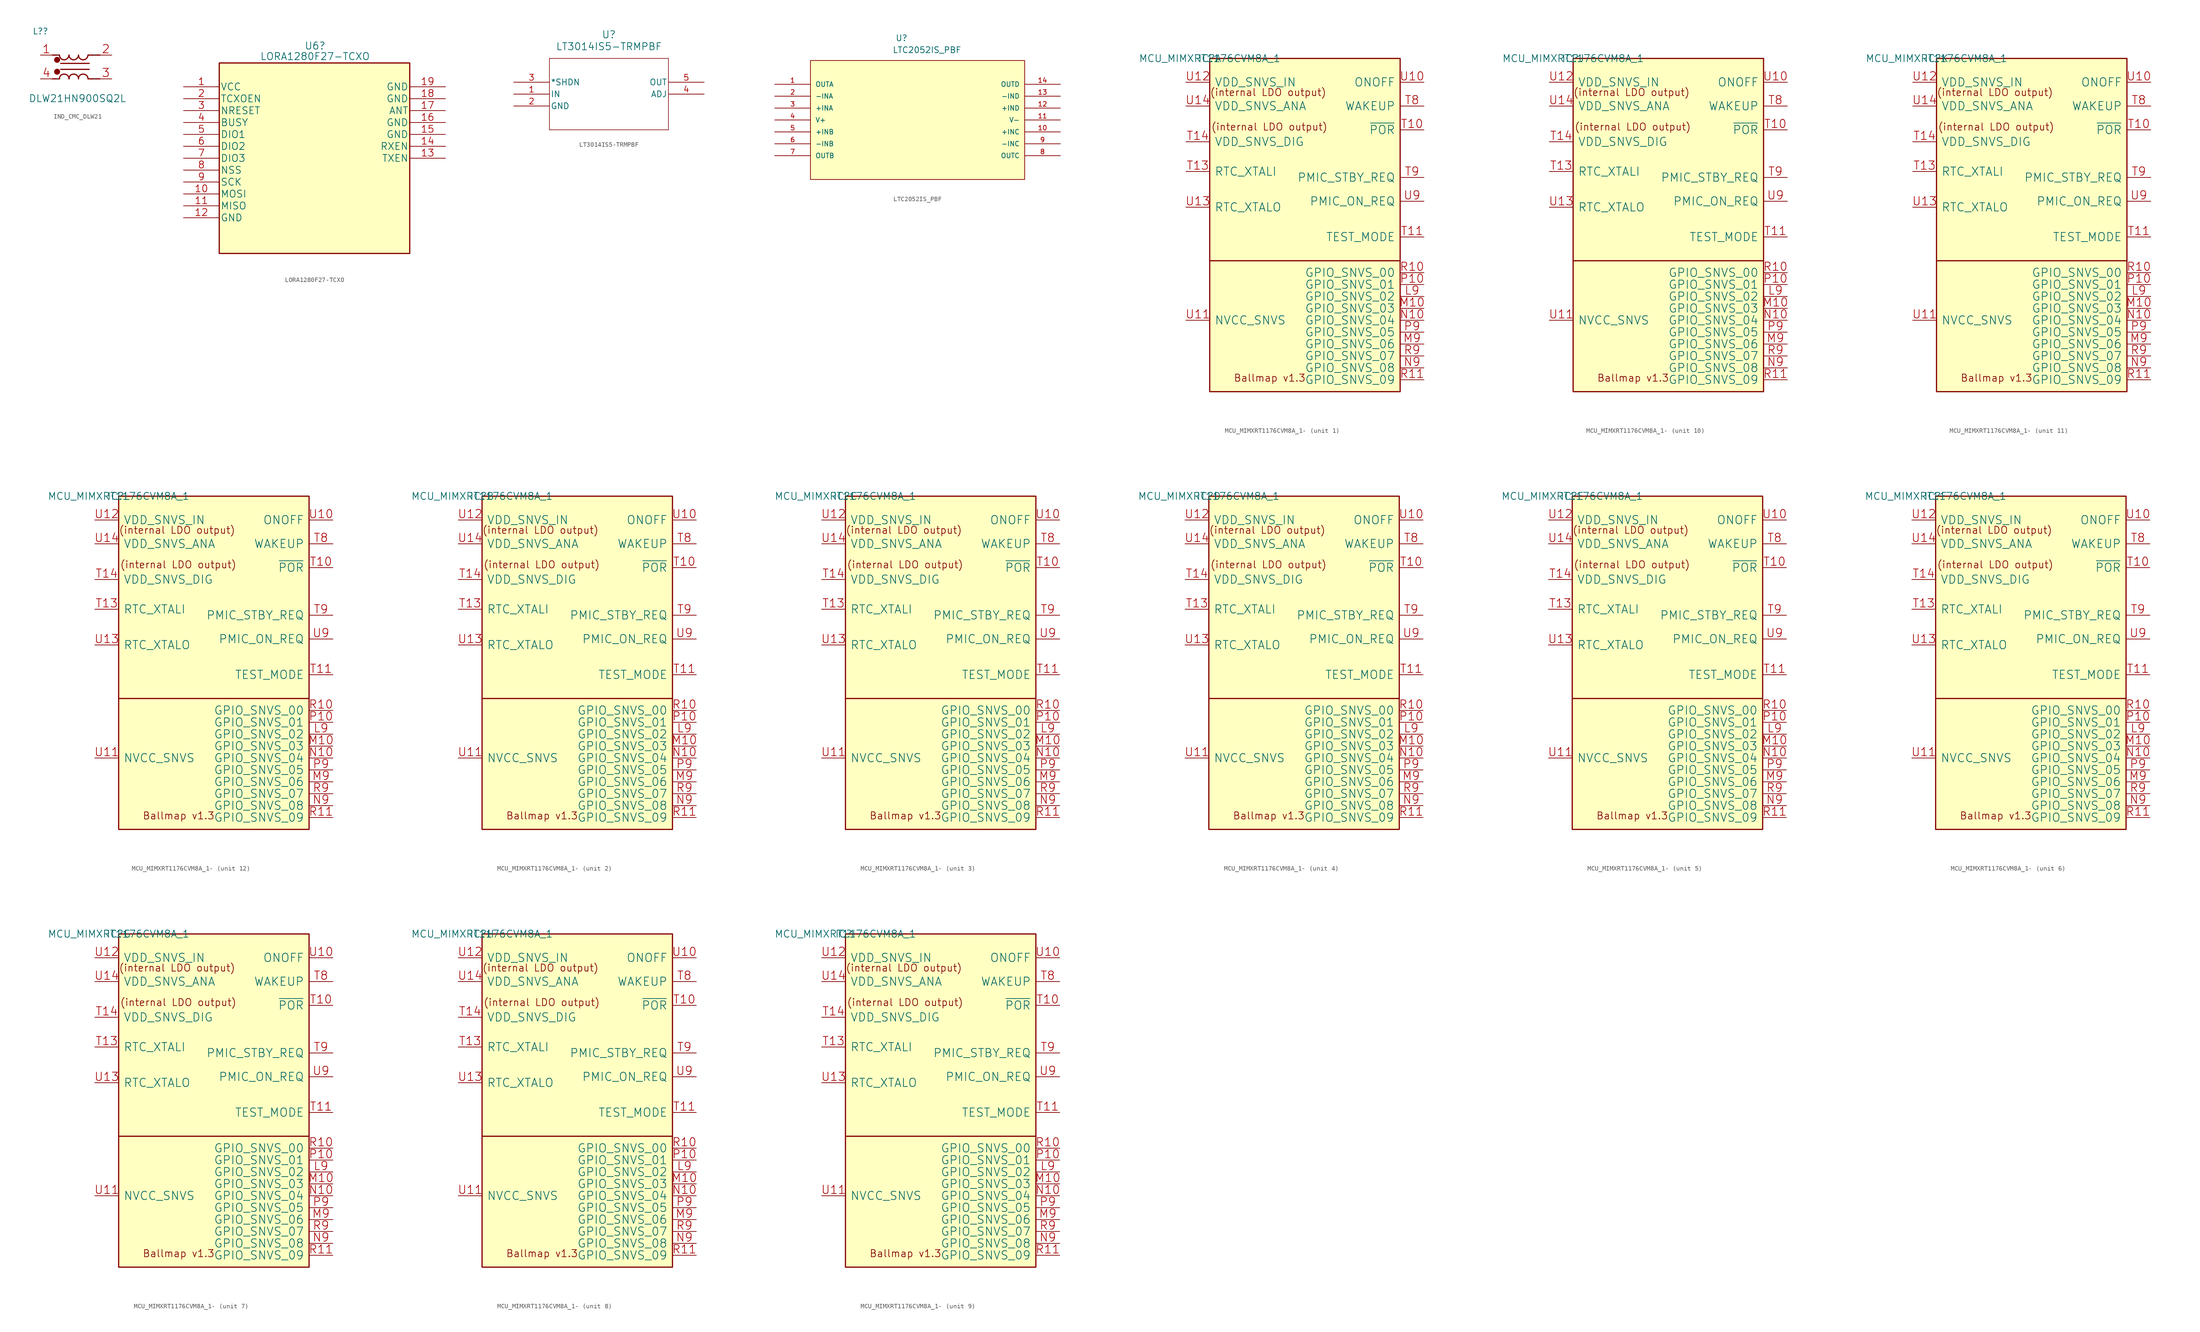
<source format=kicad_sym>
(kicad_symbol_lib
  (version 20231120)
  (generator "kicad_symbol_editor")
  (generator_version "8.0")
  (symbol "IND_CMC_DLW21"
    (pin_names
      (offset 1.016))
    (property "Reference" "L?"
      (at -2.54 5.08 0)
      (effects (font (size 1.27 1.27))))
    (property "Value" "DLW21HN900SQ2L"
      (at -5.08 -10.16 0)
      (effects (font (size 1.524 1.524)) (justify left bottom)))
    (property "Footprint" ""
      (at 1.778 -7.112 0)
      (effects (font (size 1.524 1.524))))
    (property "Datasheet" ""
      (at 1.778 -7.112 0)
      (effects (font (size 1.524 1.524))))
    (property "Tolerance" ""
      (at 0 0 0)
      (effects (font (size 1.27 1.27))))
    (property "Power Rating" ""
      (at 0 0 0)
      (effects (font (size 1.27 1.27))))
    (symbol "IND_CMC_DLW21_0_1"
      (polyline (pts (xy 0 -5.08) (xy 1.524 -5.08)) (stroke (width 0.254) (type solid)) (fill (type none)))
      (polyline (pts (xy 0 0) (xy 1.524 0)) (stroke (width 0.254) (type solid)) (fill (type none)))
      (polyline (pts (xy 1.778 -1.778) (xy 7.874 -1.778)) (stroke (width 0.254) (type solid)) (fill (type none)))
      (polyline (pts (xy 7.874 -3.048) (xy 1.778 -3.048)) (stroke (width 0.254) (type solid)) (fill (type none)))
      (polyline (pts (xy 10.16 -5.08) (xy 7.62 -5.08)) (stroke (width 0.254) (type solid)) (fill (type none)))
      (polyline (pts (xy 10.16 0) (xy 7.62 0)) (stroke (width 0.254) (type solid)) (fill (type none)))
      (polyline (pts (xy 1.016 -0.762) (xy 1.016 -0.762) (xy 1.016 -0.762)) (stroke (width 0.254) (type solid)) (fill (type none)))
      (circle (center 1.016 -3.556) (radius 0.508) (stroke (width 0.254) (type solid)) (fill (type outline)))
      (circle (center 1.016 -1.016) (radius 0.508) (stroke (width 0.254) (type solid)) (fill (type outline)))
      (pin passive line (at -2.54 0 0) (length 2.54) (name "1" (effects (font (size 0.025 0.025)))) (number "1" (effects (font (size 1.778 1.778)))))
      (pin passive line (at 12.7 0 180) (length 2.54) (name "2" (effects (font (size 0.025 0.025)))) (number "2" (effects (font (size 1.778 1.778)))))
      (pin passive line (at 12.7 -5.08 180) (length 2.54) (name "3" (effects (font (size 0.025 0.025)))) (number "3" (effects (font (size 1.778 1.778)))))
      (pin passive line (at -2.54 -5.08 0) (length 2.54) (name "4" (effects (font (size 0.025 0.025)))) (number "4" (effects (font (size 1.778 1.778))))))
    (symbol "IND_CMC_DLW21_1_1"
      (arc (start 1.524 0) (mid 1.6527 -0.4949) (end 2.0066 -0.8636) (stroke (width 0.254) (type solid)) (fill (type none)))
      (arc (start 2.0066 -4.191) (mid 1.6378 -4.5692) (end 1.524 -5.08) (stroke (width 0.254) (type solid)) (fill (type none)))
      (arc (start 2.0066 -0.8636) (mid 2.5178 -1.0148) (end 3.0226 -0.8636) (stroke (width 0.254) (type solid)) (fill (type none)))
      (arc (start 3.0226 -4.191) (mid 2.5182 -4.0687) (end 2.0066 -4.191) (stroke (width 0.254) (type solid)) (fill (type none)))
      (arc (start 3.0226 -0.8636) (mid 3.3933 -0.5006) (end 3.556 0) (stroke (width 0.254) (type solid)) (fill (type none)))
      (arc (start 3.556 -5.08) (mid 3.4131 -4.5605) (end 3.0226 -4.191) (stroke (width 0.254) (type solid)) (fill (type none)))
      (arc (start 3.556 0) (mid 3.6847 -0.4949) (end 4.0386 -0.8636) (stroke (width 0.254) (type solid)) (fill (type none)))
      (arc (start 4.0386 -4.191) (mid 3.6698 -4.5692) (end 3.556 -5.08) (stroke (width 0.254) (type solid)) (fill (type none)))
      (arc (start 4.0386 -0.8636) (mid 4.5498 -1.0148) (end 5.0546 -0.8636) (stroke (width 0.254) (type solid)) (fill (type none)))
      (arc (start 5.0546 -4.191) (mid 4.5502 -4.0687) (end 4.0386 -4.191) (stroke (width 0.254) (type solid)) (fill (type none)))
      (arc (start 5.0546 -0.8636) (mid 5.4253 -0.5006) (end 5.588 0) (stroke (width 0.254) (type solid)) (fill (type none)))
      (arc (start 5.588 -5.08) (mid 5.4451 -4.5605) (end 5.0546 -4.191) (stroke (width 0.254) (type solid)) (fill (type none)))
      (arc (start 5.588 0) (mid 5.7167 -0.4949) (end 6.0706 -0.8636) (stroke (width 0.254) (type solid)) (fill (type none)))
      (arc (start 6.0706 -4.191) (mid 5.7018 -4.5692) (end 5.588 -5.08) (stroke (width 0.254) (type solid)) (fill (type none)))
      (arc (start 6.0706 -0.8636) (mid 6.5818 -1.0148) (end 7.0866 -0.8636) (stroke (width 0.254) (type solid)) (fill (type none)))
      (arc (start 7.0866 -4.191) (mid 6.5822 -4.0687) (end 6.0706 -4.191) (stroke (width 0.254) (type solid)) (fill (type none)))
      (arc (start 7.0866 -0.8636) (mid 7.4573 -0.5006) (end 7.62 0) (stroke (width 0.254) (type solid)) (fill (type none)))
      (arc (start 7.62 -5.08) (mid 7.4771 -4.5605) (end 7.0866 -4.191) (stroke (width 0.254) (type solid)) (fill (type none)))))
  (symbol "LORA1280F27-TCXO"
    (pin_names
      (offset 0.254))
    (property "Reference" "U6"
      (at 28.067 8.731 0)
      (effects (font (size 1.524 1.524))))
    (property "Value" "LORA1280F27-TCXO"
      (at 28.067 6.477 0)
      (effects (font (size 1.524 1.524))))
    (property "Tolerance" ""
      (at 0 0 0)
      (effects (font (size 1.27 1.27))))
    (property "Power Rating" ""
      (at 0 0 0)
      (effects (font (size 1.27 1.27))))
    (symbol "LORA1280F27-TCXO_1_0"
      (pin bidirectional line (at 55.88 -5.08 180) (length 7.62) (name "ANT" (effects (font (size 1.499 1.499)))) (number "17" (effects (font (size 1.499 1.499))))))
    (symbol "LORA1280F27-TCXO_1_1"
      (rectangle (start 7.62 5.08) (end 48.26 -35.56) (stroke (width 0.254) (type default)) (fill (type background)))
      (pin power_in line (at 0 0 0) (length 7.62) (name "VCC" (effects (font (size 1.499 1.499)))) (number "1" (effects (font (size 1.499 1.499)))))
      (pin input line (at 0 -22.86 0) (length 7.62) (name "MOSI" (effects (font (size 1.499 1.499)))) (number "10" (effects (font (size 1.499 1.499)))))
      (pin output line (at 0 -25.4 0) (length 7.62) (name "MISO" (effects (font (size 1.499 1.499)))) (number "11" (effects (font (size 1.499 1.499)))))
      (pin power_in line (at 0 -27.94 0) (length 7.62) (name "GND" (effects (font (size 1.499 1.499)))) (number "12" (effects (font (size 1.499 1.499)))))
      (pin input line (at 55.88 -15.24 180) (length 7.62) (name "TXEN" (effects (font (size 1.499 1.499)))) (number "13" (effects (font (size 1.499 1.499)))))
      (pin input line (at 55.88 -12.7 180) (length 7.62) (name "RXEN" (effects (font (size 1.499 1.499)))) (number "14" (effects (font (size 1.499 1.499)))))
      (pin power_in line (at 55.88 -10.16 180) (length 7.62) (name "GND" (effects (font (size 1.499 1.499)))) (number "15" (effects (font (size 1.499 1.499)))))
      (pin power_in line (at 55.88 -7.62 180) (length 7.62) (name "GND" (effects (font (size 1.499 1.499)))) (number "16" (effects (font (size 1.499 1.499)))))
      (pin power_in line (at 55.88 -2.54 180) (length 7.62) (name "GND" (effects (font (size 1.499 1.499)))) (number "18" (effects (font (size 1.499 1.499)))))
      (pin power_in line (at 55.88 0 180) (length 7.62) (name "GND" (effects (font (size 1.499 1.499)))) (number "19" (effects (font (size 1.499 1.499)))))
      (pin input line (at 0 -2.54 0) (length 7.62) (name "TCXOEN" (effects (font (size 1.499 1.499)))) (number "2" (effects (font (size 1.499 1.499)))))
      (pin input line (at 0 -5.08 0) (length 7.62) (name "NRESET" (effects (font (size 1.499 1.499)))) (number "3" (effects (font (size 1.499 1.499)))))
      (pin output line (at 0 -7.62 0) (length 7.62) (name "BUSY" (effects (font (size 1.499 1.499)))) (number "4" (effects (font (size 1.499 1.499)))))
      (pin output line (at 0 -10.16 0) (length 7.62) (name "DIO1" (effects (font (size 1.499 1.499)))) (number "5" (effects (font (size 1.499 1.499)))))
      (pin output line (at 0 -12.7 0) (length 7.62) (name "DIO2" (effects (font (size 1.499 1.499)))) (number "6" (effects (font (size 1.499 1.499)))))
      (pin output line (at 0 -15.24 0) (length 7.62) (name "DIO3" (effects (font (size 1.499 1.499)))) (number "7" (effects (font (size 1.499 1.499)))))
      (pin input line (at 0 -17.78 0) (length 7.62) (name "NSS" (effects (font (size 1.499 1.499)))) (number "8" (effects (font (size 1.499 1.499)))))
      (pin input line (at 0 -20.32 0) (length 7.62) (name "SCK" (effects (font (size 1.499 1.499)))) (number "9" (effects (font (size 1.499 1.499)))))))
  (symbol "LT3014IS5-TRMPBF"
    (pin_names
      (offset 0.254))
    (property "Reference" "U"
      (at 20.32 10.16 0)
      (effects (font (size 1.524 1.524))))
    (property "Value" "LT3014IS5-TRMPBF"
      (at 20.32 7.62 0)
      (effects (font (size 1.524 1.524))))
    (property "ki_locked" ""
      (at 0 0 0)
      (effects (font (size 1.27 1.27))))
    (symbol "LT3014IS5-TRMPBF_1_1"
      (polyline (pts (xy 7.62 -10.16) (xy 33.02 -10.16)) (stroke (width 0.127) (type default)) (fill (type none)))
      (polyline (pts (xy 7.62 5.08) (xy 7.62 -10.16)) (stroke (width 0.127) (type default)) (fill (type none)))
      (polyline (pts (xy 33.02 -10.16) (xy 33.02 5.08)) (stroke (width 0.127) (type default)) (fill (type none)))
      (polyline (pts (xy 33.02 5.08) (xy 7.62 5.08)) (stroke (width 0.127) (type default)) (fill (type none)))
      (pin input line (at 0 -2.54 0) (length 7.62) (name "IN" (effects (font (size 1.27 1.27)))) (number "1" (effects (font (size 1.27 1.27)))))
      (pin power_in line (at 0 -5.08 0) (length 7.62) (name "GND" (effects (font (size 1.27 1.27)))) (number "2" (effects (font (size 1.27 1.27)))))
      (pin unspecified line (at 0 0 0) (length 7.62) (name "*SHDN" (effects (font (size 1.27 1.27)))) (number "3" (effects (font (size 1.27 1.27)))))
      (pin unspecified line (at 40.64 -2.54 180) (length 7.62) (name "ADJ" (effects (font (size 1.27 1.27)))) (number "4" (effects (font (size 1.27 1.27)))))
      (pin output line (at 40.64 0 180) (length 7.62) (name "OUT" (effects (font (size 1.27 1.27)))) (number "5" (effects (font (size 1.27 1.27)))))))
  (symbol "LTC2052IS_PBF"
    (pin_names
      (offset 1.016))
    (property "Reference" "U"
      (at 25.756 9.119 0)
      (effects (font (size 1.27 1.27)) (justify left bottom)))
    (property "Value" "LTC2052IS_PBF"
      (at 25.121 6.579 0)
      (effects (font (size 1.27 1.27)) (justify left bottom)))
    (symbol "LTC2052IS_PBF_0_0"
      (rectangle (start 7.62 -20.32) (end 53.34 5.08) (stroke (width 0.152) (type default)) (fill (type background)))
      (pin output line (at 0 0 0) (length 7.62) (name "OUTA" (effects (font (size 1.016 1.016)))) (number "1" (effects (font (size 1.016 1.016)))))
      (pin input line (at 60.96 -10.16 180) (length 7.62) (name "+INC" (effects (font (size 1.016 1.016)))) (number "10" (effects (font (size 1.016 1.016)))))
      (pin power_in line (at 60.96 -7.62 180) (length 7.62) (name "V-" (effects (font (size 1.016 1.016)))) (number "11" (effects (font (size 1.016 1.016)))))
      (pin input line (at 60.96 -5.08 180) (length 7.62) (name "+IND" (effects (font (size 1.016 1.016)))) (number "12" (effects (font (size 1.016 1.016)))))
      (pin input line (at 60.96 -2.54 180) (length 7.62) (name "-IND" (effects (font (size 1.016 1.016)))) (number "13" (effects (font (size 1.016 1.016)))))
      (pin output line (at 60.96 0 180) (length 7.62) (name "OUTD" (effects (font (size 1.016 1.016)))) (number "14" (effects (font (size 1.016 1.016)))))
      (pin input line (at 0 -2.54 0) (length 7.62) (name "-INA" (effects (font (size 1.016 1.016)))) (number "2" (effects (font (size 1.016 1.016)))))
      (pin input line (at 0 -5.08 0) (length 7.62) (name "+INA" (effects (font (size 1.016 1.016)))) (number "3" (effects (font (size 1.016 1.016)))))
      (pin power_in line (at 0 -7.62 0) (length 7.62) (name "V+" (effects (font (size 1.016 1.016)))) (number "4" (effects (font (size 1.016 1.016)))))
      (pin input line (at 0 -10.16 0) (length 7.62) (name "+INB" (effects (font (size 1.016 1.016)))) (number "5" (effects (font (size 1.016 1.016)))))
      (pin input line (at 0 -12.7 0) (length 7.62) (name "-INB" (effects (font (size 1.016 1.016)))) (number "6" (effects (font (size 1.016 1.016)))))
      (pin output line (at 0 -15.24 0) (length 7.62) (name "OUTB" (effects (font (size 1.016 1.016)))) (number "7" (effects (font (size 1.016 1.016)))))
      (pin output line (at 60.96 -15.24 180) (length 7.62) (name "OUTC" (effects (font (size 1.016 1.016)))) (number "8" (effects (font (size 1.016 1.016)))))
      (pin input line (at 60.96 -12.7 180) (length 7.62) (name "-INC" (effects (font (size 1.016 1.016)))) (number "9" (effects (font (size 1.016 1.016)))))))
  (symbol "MCU_MIMXRT1176CVM8A_1-"
    (pin_names
      (offset 1.016))
    (property "Reference" "IC"
      (at 0 0 0)
      (effects (font (size 1.524 1.524))))
    (property "Value" "MCU_MIMXRT1176CVM8A_1"
      (at 0 0 0)
      (effects (font (size 1.524 1.524))))
    (property "Footprint" ""
      (at 0 0 0)
      (effects (font (size 1.524 1.524))))
    (property "Datasheet" ""
      (at 0 0 0)
      (effects (font (size 1.524 1.524))))
    (property "ki_locked" ""
      (at 0 0 0)
      (effects (font (size 1.27 1.27))))
    (symbol "MCU_MIMXRT1176CVM8A_1-_0_1"
      (polyline (pts (xy 0 -43.18) (xy 40.64 -43.18)) (stroke (width 0.254) (type solid)) (fill (type none)))
      (rectangle (start 0 0) (end 40.64 -71.12) (stroke (width 0.254) (type solid)) (fill (type background)))
      (pin bidirectional line (at 45.72 -50.8 180) (length 5.08) (name "GPIO_SNVS_02" (effects (font (size 1.778 1.778)))) (number "L9" (effects (font (size 1.778 1.778)))))
      (pin bidirectional line (at 45.72 -53.34 180) (length 5.08) (name "GPIO_SNVS_03" (effects (font (size 1.778 1.778)))) (number "M10" (effects (font (size 1.778 1.778)))))
      (pin bidirectional line (at 45.72 -60.96 180) (length 5.08) (name "GPIO_SNVS_06" (effects (font (size 1.778 1.778)))) (number "M9" (effects (font (size 1.778 1.778)))))
      (pin bidirectional line (at 45.72 -55.88 180) (length 5.08) (name "GPIO_SNVS_04" (effects (font (size 1.778 1.778)))) (number "N10" (effects (font (size 1.778 1.778)))))
      (pin bidirectional line (at 45.72 -66.04 180) (length 5.08) (name "GPIO_SNVS_08" (effects (font (size 1.778 1.778)))) (number "N9" (effects (font (size 1.778 1.778)))))
      (pin bidirectional line (at 45.72 -48.26 180) (length 5.08) (name "GPIO_SNVS_01" (effects (font (size 1.778 1.778)))) (number "P10" (effects (font (size 1.778 1.778)))))
      (pin bidirectional line (at 45.72 -58.42 180) (length 5.08) (name "GPIO_SNVS_05" (effects (font (size 1.778 1.778)))) (number "P9" (effects (font (size 1.778 1.778)))))
      (pin bidirectional line (at 45.72 -45.72 180) (length 5.08) (name "GPIO_SNVS_00" (effects (font (size 1.778 1.778)))) (number "R10" (effects (font (size 1.778 1.778)))))
      (pin bidirectional line (at 45.72 -68.58 180) (length 5.08) (name "GPIO_SNVS_09" (effects (font (size 1.778 1.778)))) (number "R11" (effects (font (size 1.778 1.778)))))
      (pin bidirectional line (at 45.72 -63.5 180) (length 5.08) (name "GPIO_SNVS_07" (effects (font (size 1.778 1.778)))) (number "R9" (effects (font (size 1.778 1.778)))))
      (pin input line (at 45.72 -15.24 180) (length 5.08) (name "~{POR}" (effects (font (size 1.778 1.778)))) (number "T10" (effects (font (size 1.778 1.778)))))
      (pin input line (at 45.72 -38.1 180) (length 5.08) (name "TEST_MODE" (effects (font (size 1.778 1.778)))) (number "T11" (effects (font (size 1.778 1.778)))))
      (pin input line (at -5.08 -24.13 0) (length 5.08) (name "RTC_XTALI" (effects (font (size 1.778 1.778)))) (number "T13" (effects (font (size 1.778 1.778)))))
      (pin power_in line (at -5.08 -17.78 0) (length 5.08) (name "VDD_SNVS_DIG" (effects (font (size 1.778 1.778)))) (number "T14" (effects (font (size 1.778 1.778)))))
      (pin passive line (at 45.72 -10.16 180) (length 5.08) (name "WAKEUP" (effects (font (size 1.778 1.778)))) (number "T8" (effects (font (size 1.778 1.778)))))
      (pin passive line (at 45.72 -25.4 180) (length 5.08) (name "PMIC_STBY_REQ" (effects (font (size 1.778 1.778)))) (number "T9" (effects (font (size 1.778 1.778)))))
      (pin input line (at 45.72 -5.08 180) (length 5.08) (name "ONOFF" (effects (font (size 1.778 1.778)))) (number "U10" (effects (font (size 1.778 1.778)))))
      (pin passive line (at -5.08 -55.88 0) (length 5.08) (name "NVCC_SNVS" (effects (font (size 1.778 1.778)))) (number "U11" (effects (font (size 1.778 1.778)))))
      (pin power_in line (at -5.08 -5.08 0) (length 5.08) (name "VDD_SNVS_IN" (effects (font (size 1.778 1.778)))) (number "U12" (effects (font (size 1.778 1.778)))))
      (pin output line (at -5.08 -31.75 0) (length 5.08) (name "RTC_XTALO" (effects (font (size 1.778 1.778)))) (number "U13" (effects (font (size 1.778 1.778)))))
      (pin power_in line (at -5.08 -10.16 0) (length 5.08) (name "VDD_SNVS_ANA" (effects (font (size 1.778 1.778)))) (number "U14" (effects (font (size 1.778 1.778)))))
      (pin passive line (at 45.72 -30.48 180) (length 5.08) (name "PMIC_ON_REQ" (effects (font (size 1.778 1.778)))) (number "U9" (effects (font (size 1.778 1.778))))))
    (symbol "MCU_MIMXRT1176CVM8A_1-_1_1"
      (text "(internal LDO output)" (at 0 -8.128 0) (effects (font (size 1.524 1.524)) (justify left bottom)))
      (text "(internal LDO output)" (at 0.254 -15.494 0) (effects (font (size 1.524 1.524)) (justify left bottom)))
      (text "Ballmap v1.3" (at 5.08 -69.088 0) (effects (font (size 1.524 1.524)) (justify left bottom))))
    (symbol "MCU_MIMXRT1176CVM8A_1-_2_1"
      (text "(internal LDO output)" (at 0 -8.128 0) (effects (font (size 1.524 1.524)) (justify left bottom)))
      (text "(internal LDO output)" (at 0.254 -15.494 0) (effects (font (size 1.524 1.524)) (justify left bottom)))
      (text "Ballmap v1.3" (at 5.08 -69.088 0) (effects (font (size 1.524 1.524)) (justify left bottom))))
    (symbol "MCU_MIMXRT1176CVM8A_1-_3_1"
      (text "(internal LDO output)" (at 0 -8.128 0) (effects (font (size 1.524 1.524)) (justify left bottom)))
      (text "(internal LDO output)" (at 0.254 -15.494 0) (effects (font (size 1.524 1.524)) (justify left bottom)))
      (text "Ballmap v1.3" (at 5.08 -69.088 0) (effects (font (size 1.524 1.524)) (justify left bottom))))
    (symbol "MCU_MIMXRT1176CVM8A_1-_4_1"
      (text "(internal LDO output)" (at 0 -8.128 0) (effects (font (size 1.524 1.524)) (justify left bottom)))
      (text "(internal LDO output)" (at 0.254 -15.494 0) (effects (font (size 1.524 1.524)) (justify left bottom)))
      (text "Ballmap v1.3" (at 5.08 -69.088 0) (effects (font (size 1.524 1.524)) (justify left bottom))))
    (symbol "MCU_MIMXRT1176CVM8A_1-_5_1"
      (text "(internal LDO output)" (at 0 -8.128 0) (effects (font (size 1.524 1.524)) (justify left bottom)))
      (text "(internal LDO output)" (at 0.254 -15.494 0) (effects (font (size 1.524 1.524)) (justify left bottom)))
      (text "Ballmap v1.3" (at 5.08 -69.088 0) (effects (font (size 1.524 1.524)) (justify left bottom))))
    (symbol "MCU_MIMXRT1176CVM8A_1-_6_1"
      (text "(internal LDO output)" (at 0 -8.128 0) (effects (font (size 1.524 1.524)) (justify left bottom)))
      (text "(internal LDO output)" (at 0.254 -15.494 0) (effects (font (size 1.524 1.524)) (justify left bottom)))
      (text "Ballmap v1.3" (at 5.08 -69.088 0) (effects (font (size 1.524 1.524)) (justify left bottom))))
    (symbol "MCU_MIMXRT1176CVM8A_1-_7_1"
      (text "(internal LDO output)" (at 0 -8.128 0) (effects (font (size 1.524 1.524)) (justify left bottom)))
      (text "(internal LDO output)" (at 0.254 -15.494 0) (effects (font (size 1.524 1.524)) (justify left bottom)))
      (text "Ballmap v1.3" (at 5.08 -69.088 0) (effects (font (size 1.524 1.524)) (justify left bottom))))
    (symbol "MCU_MIMXRT1176CVM8A_1-_8_1"
      (text "(internal LDO output)" (at 0 -8.128 0) (effects (font (size 1.524 1.524)) (justify left bottom)))
      (text "(internal LDO output)" (at 0.254 -15.494 0) (effects (font (size 1.524 1.524)) (justify left bottom)))
      (text "Ballmap v1.3" (at 5.08 -69.088 0) (effects (font (size 1.524 1.524)) (justify left bottom))))
    (symbol "MCU_MIMXRT1176CVM8A_1-_9_1"
      (text "(internal LDO output)" (at 0 -8.128 0) (effects (font (size 1.524 1.524)) (justify left bottom)))
      (text "(internal LDO output)" (at 0.254 -15.494 0) (effects (font (size 1.524 1.524)) (justify left bottom)))
      (text "Ballmap v1.3" (at 5.08 -69.088 0) (effects (font (size 1.524 1.524)) (justify left bottom))))
    (symbol "MCU_MIMXRT1176CVM8A_1-_10_1"
      (text "(internal LDO output)" (at 0 -8.128 0) (effects (font (size 1.524 1.524)) (justify left bottom)))
      (text "(internal LDO output)" (at 0.254 -15.494 0) (effects (font (size 1.524 1.524)) (justify left bottom)))
      (text "Ballmap v1.3" (at 5.08 -69.088 0) (effects (font (size 1.524 1.524)) (justify left bottom))))
    (symbol "MCU_MIMXRT1176CVM8A_1-_11_1"
      (text "(internal LDO output)" (at 0 -8.128 0) (effects (font (size 1.524 1.524)) (justify left bottom)))
      (text "(internal LDO output)" (at 0.254 -15.494 0) (effects (font (size 1.524 1.524)) (justify left bottom)))
      (text "Ballmap v1.3" (at 5.08 -69.088 0) (effects (font (size 1.524 1.524)) (justify left bottom))))
    (symbol "MCU_MIMXRT1176CVM8A_1-_12_1"
      (text "(internal LDO output)" (at 0 -8.128 0) (effects (font (size 1.524 1.524)) (justify left bottom)))
      (text "(internal LDO output)" (at 0.254 -15.494 0) (effects (font (size 1.524 1.524)) (justify left bottom)))
      (text "Ballmap v1.3" (at 5.08 -69.088 0) (effects (font (size 1.524 1.524)) (justify left bottom))))))
</source>
